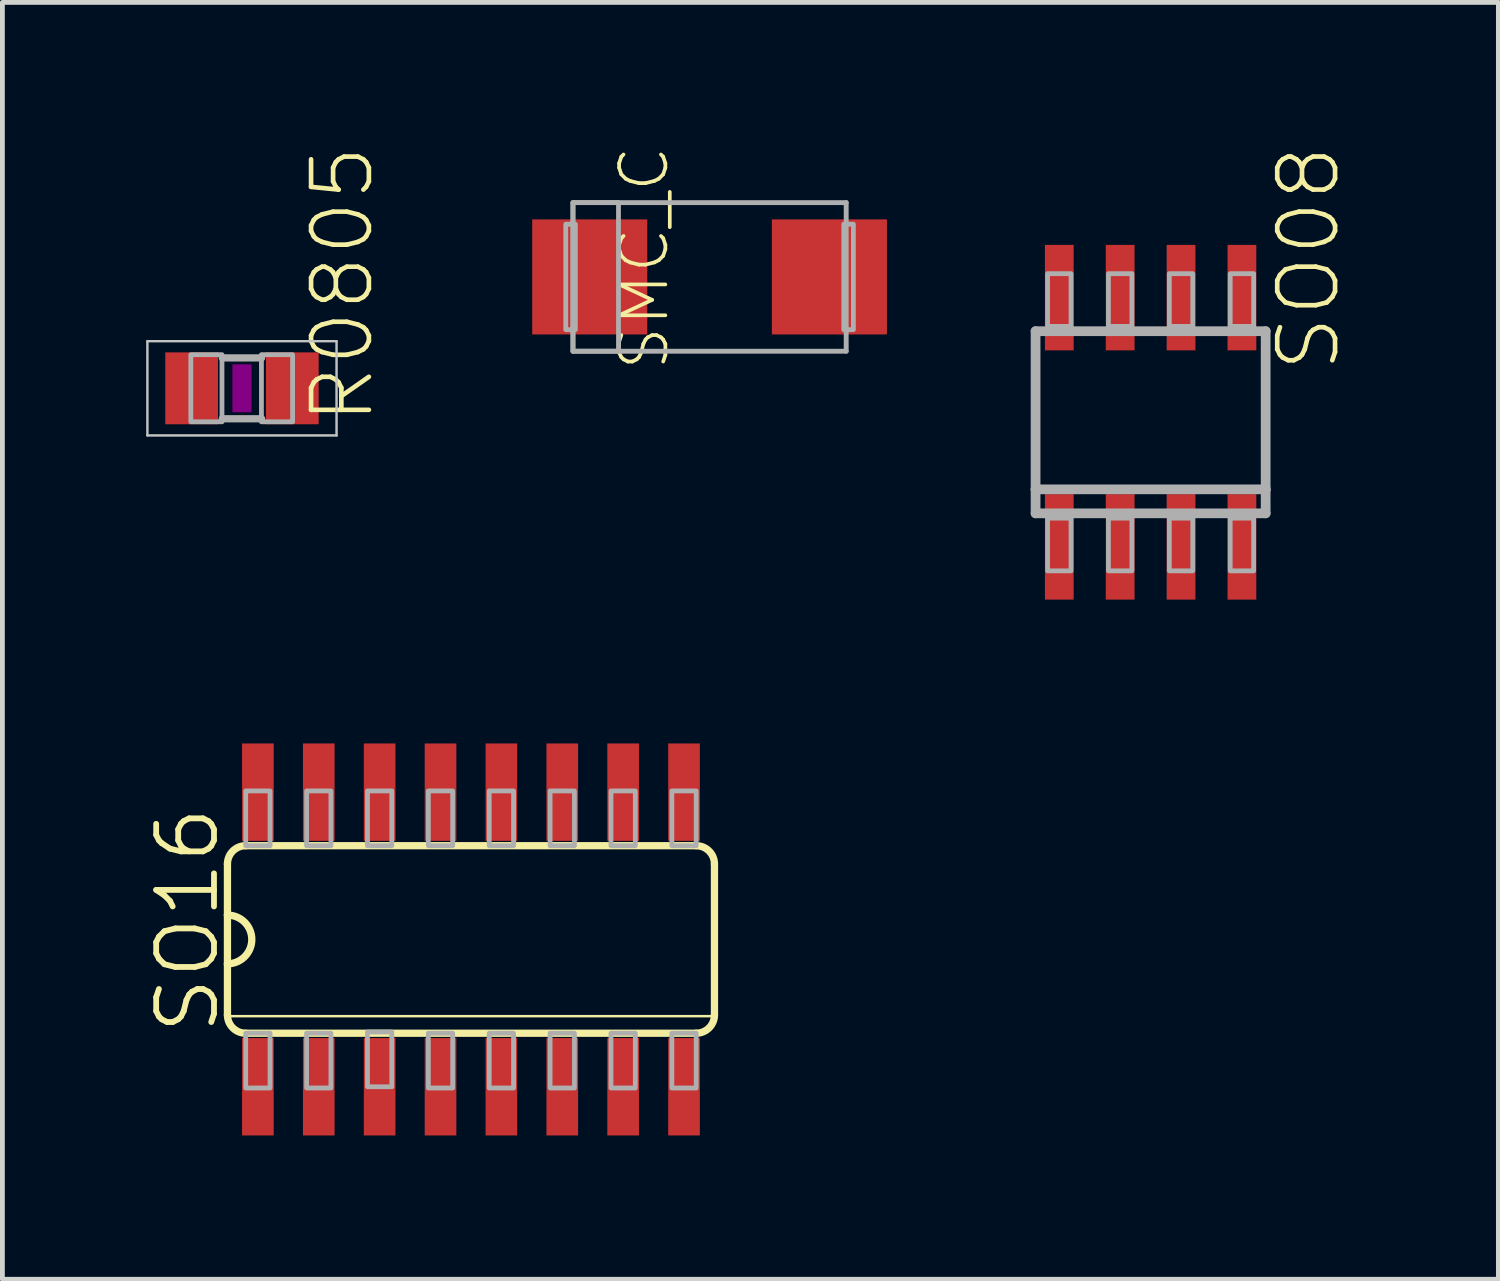
<source format=kicad_pcb>
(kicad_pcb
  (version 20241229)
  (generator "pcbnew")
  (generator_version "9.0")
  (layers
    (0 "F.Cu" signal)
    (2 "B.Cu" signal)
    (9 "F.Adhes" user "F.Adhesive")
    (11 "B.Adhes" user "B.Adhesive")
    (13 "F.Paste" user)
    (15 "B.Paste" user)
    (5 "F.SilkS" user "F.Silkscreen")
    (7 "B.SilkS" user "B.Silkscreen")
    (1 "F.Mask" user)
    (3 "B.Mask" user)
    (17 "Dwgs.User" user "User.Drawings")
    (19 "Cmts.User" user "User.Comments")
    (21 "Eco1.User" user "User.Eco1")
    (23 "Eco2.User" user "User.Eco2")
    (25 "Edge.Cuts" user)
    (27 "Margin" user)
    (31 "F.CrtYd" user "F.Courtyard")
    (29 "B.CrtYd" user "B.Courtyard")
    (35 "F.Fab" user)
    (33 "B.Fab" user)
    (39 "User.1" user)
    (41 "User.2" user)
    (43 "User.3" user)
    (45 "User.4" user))
  (footprint "SO16"
    (layer "F.Cu")
    (at 6.775 16.549)
    (property "Reference" "SO16" (at -5.207 2.032 270) (layer "F.SilkS") (effects (font (size 1.206 1.206) (thickness 0.121)) (justify left bottom)))
    (attr through_hole)
    (fp_line (start -5.08 -1.575) (end -5.08 -0.508) (stroke (width 0.152) (type solid)) (layer "F.SilkS"))
    (fp_line (start -5.08 -0.508) (end -5.08 0.508) (stroke (width 0.152) (type solid)) (layer "F.SilkS"))
    (fp_line (start -5.08 0.508) (end -5.08 1.575) (stroke (width 0.152) (type solid)) (layer "F.SilkS"))
    (fp_line (start -5.08 1.6) (end 5.08 1.6) (stroke (width 0.051) (type solid)) (layer "F.SilkS"))
    (fp_line (start -4.699 1.956) (end 4.699 1.956) (stroke (width 0.152) (type solid)) (layer "F.SilkS"))
    (fp_line (start 4.699 -1.956) (end -4.699 -1.956) (stroke (width 0.152) (type solid)) (layer "F.SilkS"))
    (fp_line (start 5.08 1.575) (end 5.08 -1.575) (stroke (width 0.152) (type solid)) (layer "F.SilkS"))
    (fp_arc (start -5.08 -1.5748) (mid -4.968408 -1.844208) (end -4.699 -1.9558) (stroke (width 0.1524) (type solid)) (layer "F.SilkS"))
    (fp_arc (start -5.08 -0.508) (mid -4.572 0) (end -5.08 0.508) (stroke (width 0.1524) (type solid)) (layer "F.SilkS"))
    (fp_arc (start -4.699 1.9558) (mid -4.968408 1.844208) (end -5.08 1.5748) (stroke (width 0.1524) (type solid)) (layer "F.SilkS"))
    (fp_arc (start 4.699 -1.9558) (mid 4.968408 -1.844208) (end 5.08 -1.5748) (stroke (width 0.1524) (type solid)) (layer "F.SilkS"))
    (fp_arc (start 5.08 1.5748) (mid 4.968408 1.844208) (end 4.699 1.9558) (stroke (width 0.1524) (type solid)) (layer "F.SilkS"))
    (fp_poly (pts (xy -4.699 -1.956) (xy -4.191 -1.956) (xy -4.191 -3.099) (xy -4.699 -3.099)) (stroke (width 0.1) (type solid)) (fill no) (layer "F.Fab"))
    (fp_poly (pts (xy -4.699 3.099) (xy -4.191 3.099) (xy -4.191 1.956) (xy -4.699 1.956)) (stroke (width 0.1) (type solid)) (fill no) (layer "F.Fab"))
    (fp_poly (pts (xy -3.429 -1.956) (xy -2.921 -1.956) (xy -2.921 -3.099) (xy -3.429 -3.099)) (stroke (width 0.1) (type solid)) (fill no) (layer "F.Fab"))
    (fp_poly (pts (xy -3.429 3.099) (xy -2.921 3.099) (xy -2.921 1.956) (xy -3.429 1.956)) (stroke (width 0.1) (type solid)) (fill no) (layer "F.Fab"))
    (fp_poly (pts (xy -2.159 -1.956) (xy -1.651 -1.956) (xy -1.651 -3.099) (xy -2.159 -3.099)) (stroke (width 0.1) (type solid)) (fill no) (layer "F.Fab"))
    (fp_poly (pts (xy -2.159 3.073) (xy -1.651 3.073) (xy -1.651 1.93) (xy -2.159 1.93)) (stroke (width 0.1) (type solid)) (fill no) (layer "F.Fab"))
    (fp_poly (pts (xy -0.889 -1.956) (xy -0.381 -1.956) (xy -0.381 -3.099) (xy -0.889 -3.099)) (stroke (width 0.1) (type solid)) (fill no) (layer "F.Fab"))
    (fp_poly (pts (xy -0.889 3.099) (xy -0.381 3.099) (xy -0.381 1.956) (xy -0.889 1.956)) (stroke (width 0.1) (type solid)) (fill no) (layer "F.Fab"))
    (fp_poly (pts (xy 0.381 -1.956) (xy 0.889 -1.956) (xy 0.889 -3.099) (xy 0.381 -3.099)) (stroke (width 0.1) (type solid)) (fill no) (layer "F.Fab"))
    (fp_poly (pts (xy 0.381 3.099) (xy 0.889 3.099) (xy 0.889 1.956) (xy 0.381 1.956)) (stroke (width 0.1) (type solid)) (fill no) (layer "F.Fab"))
    (fp_poly (pts (xy 1.651 -1.956) (xy 2.159 -1.956) (xy 2.159 -3.099) (xy 1.651 -3.099)) (stroke (width 0.1) (type solid)) (fill no) (layer "F.Fab"))
    (fp_poly (pts (xy 1.651 3.099) (xy 2.159 3.099) (xy 2.159 1.956) (xy 1.651 1.956)) (stroke (width 0.1) (type solid)) (fill no) (layer "F.Fab"))
    (fp_poly (pts (xy 2.921 -1.956) (xy 3.429 -1.956) (xy 3.429 -3.099) (xy 2.921 -3.099)) (stroke (width 0.1) (type solid)) (fill no) (layer "F.Fab"))
    (fp_poly (pts (xy 2.921 3.099) (xy 3.429 3.099) (xy 3.429 1.956) (xy 2.921 1.956)) (stroke (width 0.1) (type solid)) (fill no) (layer "F.Fab"))
    (fp_poly (pts (xy 4.191 -1.956) (xy 4.699 -1.956) (xy 4.699 -3.099) (xy 4.191 -3.099)) (stroke (width 0.1) (type solid)) (fill no) (layer "F.Fab"))
    (fp_poly (pts (xy 4.191 3.099) (xy 4.699 3.099) (xy 4.699 1.956) (xy 4.191 1.956)) (stroke (width 0.1) (type solid)) (fill no) (layer "F.Fab"))
    (pad "1" smd rect (at -4.445 3.073) (size 0.66 2.032) (layers "F.Cu" "F.Mask" "F.Paste"))
    (pad "2" smd rect (at -3.175 3.073) (size 0.66 2.032) (layers "F.Cu" "F.Mask" "F.Paste"))
    (pad "3" smd rect (at -1.905 3.073) (size 0.66 2.032) (layers "F.Cu" "F.Mask" "F.Paste"))
    (pad "4" smd rect (at -0.635 3.073) (size 0.66 2.032) (layers "F.Cu" "F.Mask" "F.Paste"))
    (pad "5" smd rect (at 0.635 3.073) (size 0.66 2.032) (layers "F.Cu" "F.Mask" "F.Paste"))
    (pad "6" smd rect (at 1.905 3.073) (size 0.66 2.032) (layers "F.Cu" "F.Mask" "F.Paste"))
    (pad "7" smd rect (at 3.175 3.073) (size 0.66 2.032) (layers "F.Cu" "F.Mask" "F.Paste"))
    (pad "8" smd rect (at 4.445 3.073) (size 0.66 2.032) (layers "F.Cu" "F.Mask" "F.Paste"))
    (pad "9" smd rect (at 4.445 -3.073) (size 0.66 2.032) (layers "F.Cu" "F.Mask" "F.Paste"))
    (pad "10" smd rect (at 3.175 -3.073) (size 0.66 2.032) (layers "F.Cu" "F.Mask" "F.Paste"))
    (pad "11" smd rect (at 1.905 -3.073) (size 0.66 2.032) (layers "F.Cu" "F.Mask" "F.Paste"))
    (pad "12" smd rect (at 0.635 -3.073) (size 0.66 2.032) (layers "F.Cu" "F.Mask" "F.Paste"))
    (pad "13" smd rect (at -0.635 -3.073) (size 0.66 2.032) (layers "F.Cu" "F.Mask" "F.Paste"))
    (pad "14" smd rect (at -1.905 -3.073) (size 0.66 2.032) (layers "F.Cu" "F.Mask" "F.Paste"))
    (pad "15" smd rect (at -3.175 -3.073) (size 0.66 2.032) (layers "F.Cu" "F.Mask" "F.Paste"))
    (pad "16" smd rect (at -4.445 -3.073) (size 0.66 2.032) (layers "F.Cu" "F.Mask" "F.Paste")))
  (footprint "R0805"
    (layer "F.Cu")
    (at 1.998 5.051)
    (property "Reference" "R0805" (at 2.8 0.8 90) (layer "F.SilkS") (effects (font (size 1.206 1.206) (thickness 0.097)) (justify left bottom)))
    (attr through_hole)
    (fp_poly (pts (xy -0.2 0.5) (xy 0.2 0.5) (xy 0.2 -0.5) (xy -0.2 -0.5)) (stroke (width 0) (type solid)) (fill yes) (layer "F.Adhes"))
    (fp_line (start -1.973 -0.983) (end 1.973 -0.983) (stroke (width 0.051) (type solid)) (layer "Dwgs.User"))
    (fp_line (start -1.973 0.983) (end -1.973 -0.983) (stroke (width 0.051) (type solid)) (layer "Dwgs.User"))
    (fp_line (start 1.973 -0.983) (end 1.973 0.983) (stroke (width 0.051) (type solid)) (layer "Dwgs.User"))
    (fp_line (start 1.973 0.983) (end -1.973 0.983) (stroke (width 0.051) (type solid)) (layer "Dwgs.User"))
    (fp_line (start -0.41 -0.635) (end 0.41 -0.635) (stroke (width 0.152) (type solid)) (layer "F.Fab"))
    (fp_line (start -0.41 0.635) (end 0.41 0.635) (stroke (width 0.152) (type solid)) (layer "F.Fab"))
    (fp_poly (pts (xy -1.067 0.699) (xy -0.417 0.699) (xy -0.417 -0.702) (xy -1.067 -0.702)) (stroke (width 0.1) (type solid)) (fill no) (layer "F.Fab"))
    (fp_poly (pts (xy 0.406 0.699) (xy 1.056 0.699) (xy 1.056 -0.702) (xy 0.406 -0.702)) (stroke (width 0.1) (type solid)) (fill no) (layer "F.Fab"))
    (pad "1" smd rect (at -1.05 0) (size 1.1 1.5) (layers "F.Cu" "F.Mask" "F.Paste"))
    (pad "2" smd rect (at 1.05 0) (size 1.1 1.5) (layers "F.Cu" "F.Mask" "F.Paste")))
  (footprint "SO08"
    (layer "F.Cu")
    (at 20.954 5.759)
    (property "Reference" "SO08" (at 4 -1 90) (layer "F.SilkS") (effects (font (size 1.206 1.206) (thickness 0.097)) (justify left bottom)))
    (attr through_hole)
    (fp_line (start -2.4 -1.9) (end 2.4 -1.9) (stroke (width 0.203) (type solid)) (layer "F.Fab"))
    (fp_line (start -2.4 1.4) (end -2.4 -1.9) (stroke (width 0.203) (type solid)) (layer "F.Fab"))
    (fp_line (start -2.4 1.9) (end -2.4 1.4) (stroke (width 0.203) (type solid)) (layer "F.Fab"))
    (fp_line (start 2.4 -1.9) (end 2.4 1.4) (stroke (width 0.203) (type solid)) (layer "F.Fab"))
    (fp_line (start 2.4 1.4) (end -2.4 1.4) (stroke (width 0.203) (type solid)) (layer "F.Fab"))
    (fp_line (start 2.4 1.4) (end 2.4 1.9) (stroke (width 0.203) (type solid)) (layer "F.Fab"))
    (fp_line (start 2.4 1.9) (end -2.4 1.9) (stroke (width 0.203) (type solid)) (layer "F.Fab"))
    (fp_poly (pts (xy -2.15 -2) (xy -1.66 -2) (xy -1.66 -3.1) (xy -2.15 -3.1)) (stroke (width 0.1) (type solid)) (fill no) (layer "F.Fab"))
    (fp_poly (pts (xy -2.15 3.1) (xy -1.66 3.1) (xy -1.66 2) (xy -2.15 2)) (stroke (width 0.1) (type solid)) (fill no) (layer "F.Fab"))
    (fp_poly (pts (xy -0.88 -2) (xy -0.39 -2) (xy -0.39 -3.1) (xy -0.88 -3.1)) (stroke (width 0.1) (type solid)) (fill no) (layer "F.Fab"))
    (fp_poly (pts (xy -0.88 3.1) (xy -0.39 3.1) (xy -0.39 2) (xy -0.88 2)) (stroke (width 0.1) (type solid)) (fill no) (layer "F.Fab"))
    (fp_poly (pts (xy 0.39 -2) (xy 0.88 -2) (xy 0.88 -3.1) (xy 0.39 -3.1)) (stroke (width 0.1) (type solid)) (fill no) (layer "F.Fab"))
    (fp_poly (pts (xy 0.39 3.1) (xy 0.88 3.1) (xy 0.88 2) (xy 0.39 2)) (stroke (width 0.1) (type solid)) (fill no) (layer "F.Fab"))
    (fp_poly (pts (xy 1.66 -2) (xy 2.15 -2) (xy 2.15 -3.1) (xy 1.66 -3.1)) (stroke (width 0.1) (type solid)) (fill no) (layer "F.Fab"))
    (fp_poly (pts (xy 1.66 3.1) (xy 2.15 3.1) (xy 2.15 2) (xy 1.66 2)) (stroke (width 0.1) (type solid)) (fill no) (layer "F.Fab"))
    (pad "1" smd rect (at -1.905 2.6) (size 0.6 2.2) (layers "F.Cu" "F.Mask" "F.Paste"))
    (pad "2" smd rect (at -0.635 2.6) (size 0.6 2.2) (layers "F.Cu" "F.Mask" "F.Paste"))
    (pad "3" smd rect (at 0.635 2.6) (size 0.6 2.2) (layers "F.Cu" "F.Mask" "F.Paste"))
    (pad "4" smd rect (at 1.905 2.6) (size 0.6 2.2) (layers "F.Cu" "F.Mask" "F.Paste"))
    (pad "5" smd rect (at 1.905 -2.6) (size 0.6 2.2) (layers "F.Cu" "F.Mask" "F.Paste"))
    (pad "6" smd rect (at 0.635 -2.6) (size 0.6 2.2) (layers "F.Cu" "F.Mask" "F.Paste"))
    (pad "7" smd rect (at -0.635 -2.6) (size 0.6 2.2) (layers "F.Cu" "F.Mask" "F.Paste"))
    (pad "8" smd rect (at -1.905 -2.6) (size 0.6 2.2) (layers "F.Cu" "F.Mask" "F.Paste")))
  (footprint "SMC_C"
    (layer "F.Cu")
    (at 11.753 2.727)
    (property "Reference" "SMC_C" (at -0.8 2 270) (layer "F.SilkS") (effects (font (size 0.965 0.965) (thickness 0.077)) (justify left bottom)))
    (attr through_hole)
    (fp_line (start -2.85 -1.55) (end 2.85 -1.55) (stroke (width 0.102) (type solid)) (layer "F.Fab"))
    (fp_line (start -2.85 1.55) (end -2.85 -1.55) (stroke (width 0.102) (type solid)) (layer "F.Fab"))
    (fp_line (start 2.85 -1.55) (end 2.85 1.55) (stroke (width 0.102) (type solid)) (layer "F.Fab"))
    (fp_line (start 2.85 1.55) (end -2.85 1.55) (stroke (width 0.102) (type solid)) (layer "F.Fab"))
    (fp_poly (pts (xy -3 1.1) (xy -2.8 1.1) (xy -2.8 -1.1) (xy -3 -1.1)) (stroke (width 0.1) (type solid)) (fill no) (layer "F.Fab"))
    (fp_poly (pts (xy -2.85 1.55) (xy -1.9 1.55) (xy -1.9 -1.55) (xy -2.85 -1.55)) (stroke (width 0.1) (type solid)) (fill no) (layer "F.Fab"))
    (fp_poly (pts (xy 3 -1.1) (xy 2.8 -1.1) (xy 2.8 1.1) (xy 3 1.1)) (stroke (width 0.1) (type solid)) (fill no) (layer "F.Fab"))
    (pad "+" smd rect (at -2.5 0) (size 2.4 2.4) (layers "F.Cu" "F.Mask" "F.Paste"))
    (pad "-" smd rect (at 2.5 0 180) (size 2.4 2.4) (layers "F.Cu" "F.Mask" "F.Paste")))
  (gr_rect
    (start -3 -3)
    (end 28.209 23.638)
    (stroke (width 0.1) (type default))
    (fill no)
    (layer "Edge.Cuts")))
</source>
